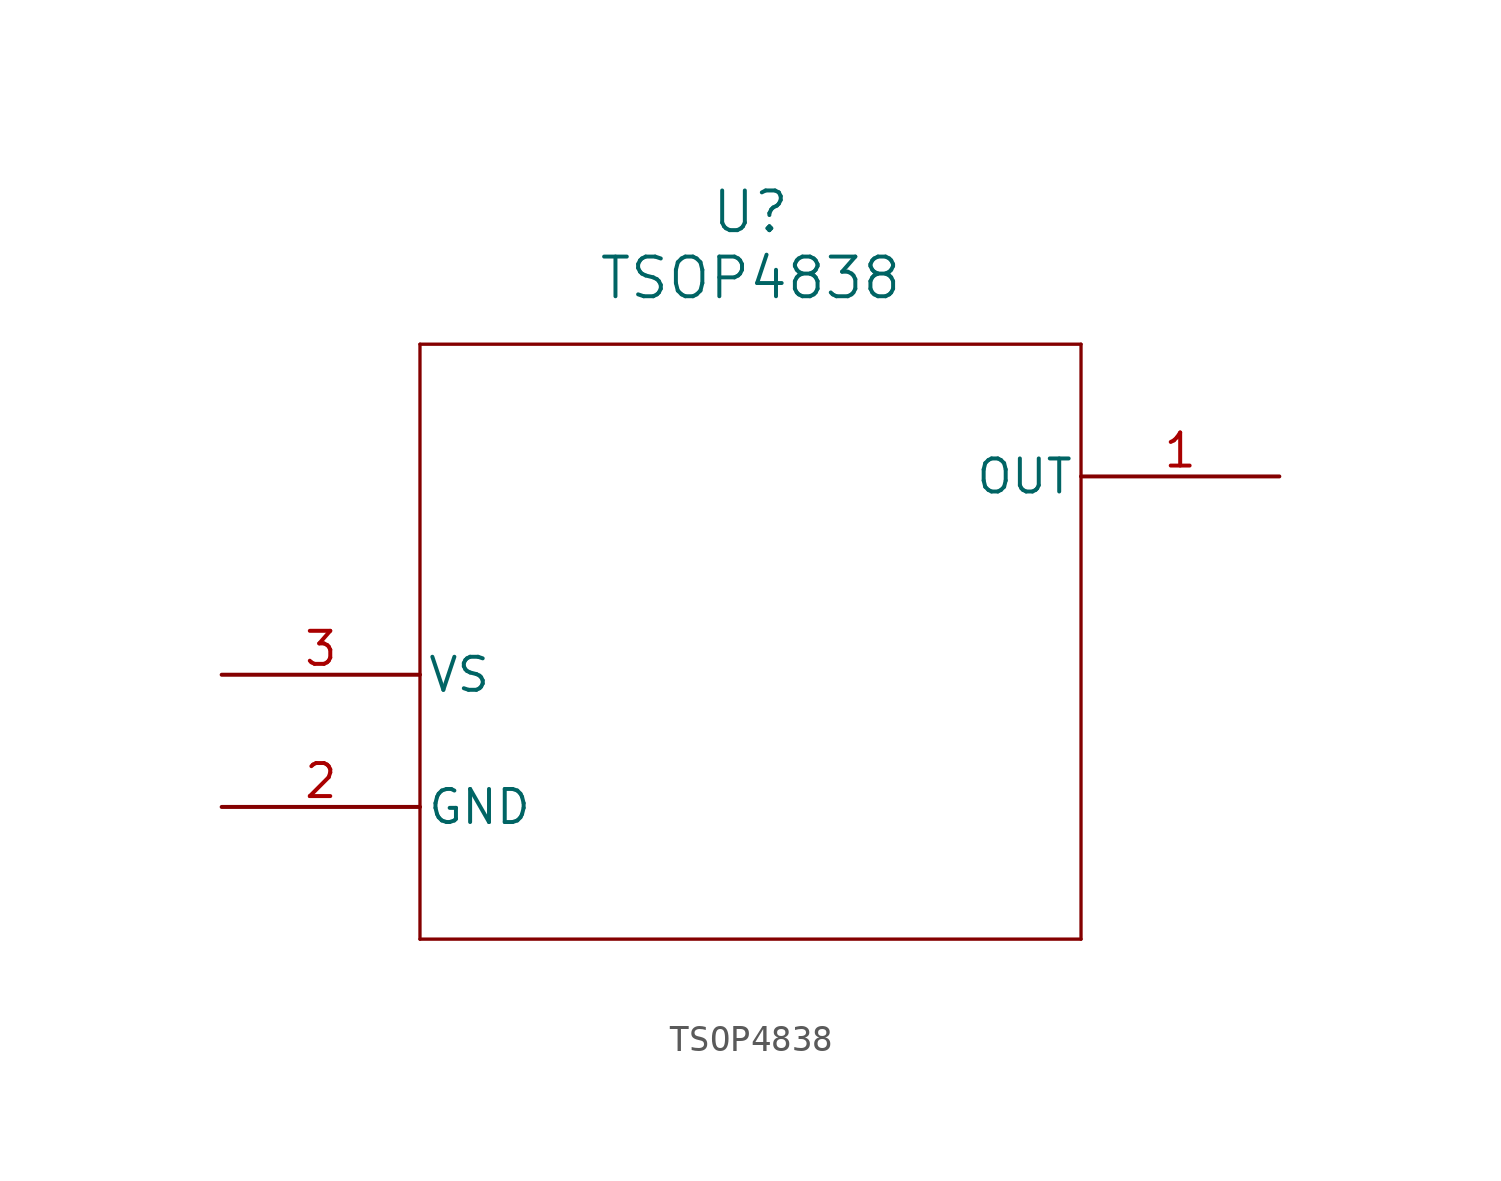
<source format=kicad_sym>
(kicad_symbol_lib
  (version 20211014)
  (generator kicad_symbol_editor)
  (symbol "TSOP4838"
    (pin_names
      (offset 0.254))
    (property "Reference" "U"
      (at 20.32 17.78 0)
      (effects (font (size 1.524 1.524))))
    (property "Value" "TSOP4838"
      (at 20.32 15.24 0)
      (effects (font (size 1.524 1.524))))
    (symbol "TSOP4838_0_1"
      (polyline (pts (xy 7.62 12.7) (xy 7.62 -10.16)) (stroke (width 0.127) (type default) (color 0 0 0 0)) (fill (type none)))
      (polyline (pts (xy 7.62 -10.16) (xy 33.02 -10.16)) (stroke (width 0.127) (type default) (color 0 0 0 0)) (fill (type none)))
      (polyline (pts (xy 33.02 -10.16) (xy 33.02 12.7)) (stroke (width 0.127) (type default) (color 0 0 0 0)) (fill (type none)))
      (polyline (pts (xy 33.02 12.7) (xy 7.62 12.7)) (stroke (width 0.127) (type default) (color 0 0 0 0)) (fill (type none)))
      (pin output line (at 40.64 7.62 180) (length 7.62) (name "OUT" (effects (font (size 1.27 1.27)))) (number "1" (effects (font (size 1.27 1.27)))))
      (pin power_out line (at 0 -5.08 0) (length 7.62) (name "GND" (effects (font (size 1.27 1.27)))) (number "2" (effects (font (size 1.27 1.27)))))
      (pin power_in line (at 0 0 0) (length 7.62) (name "VS" (effects (font (size 1.27 1.27)))) (number "3" (effects (font (size 1.27 1.27))))))))
</source>
